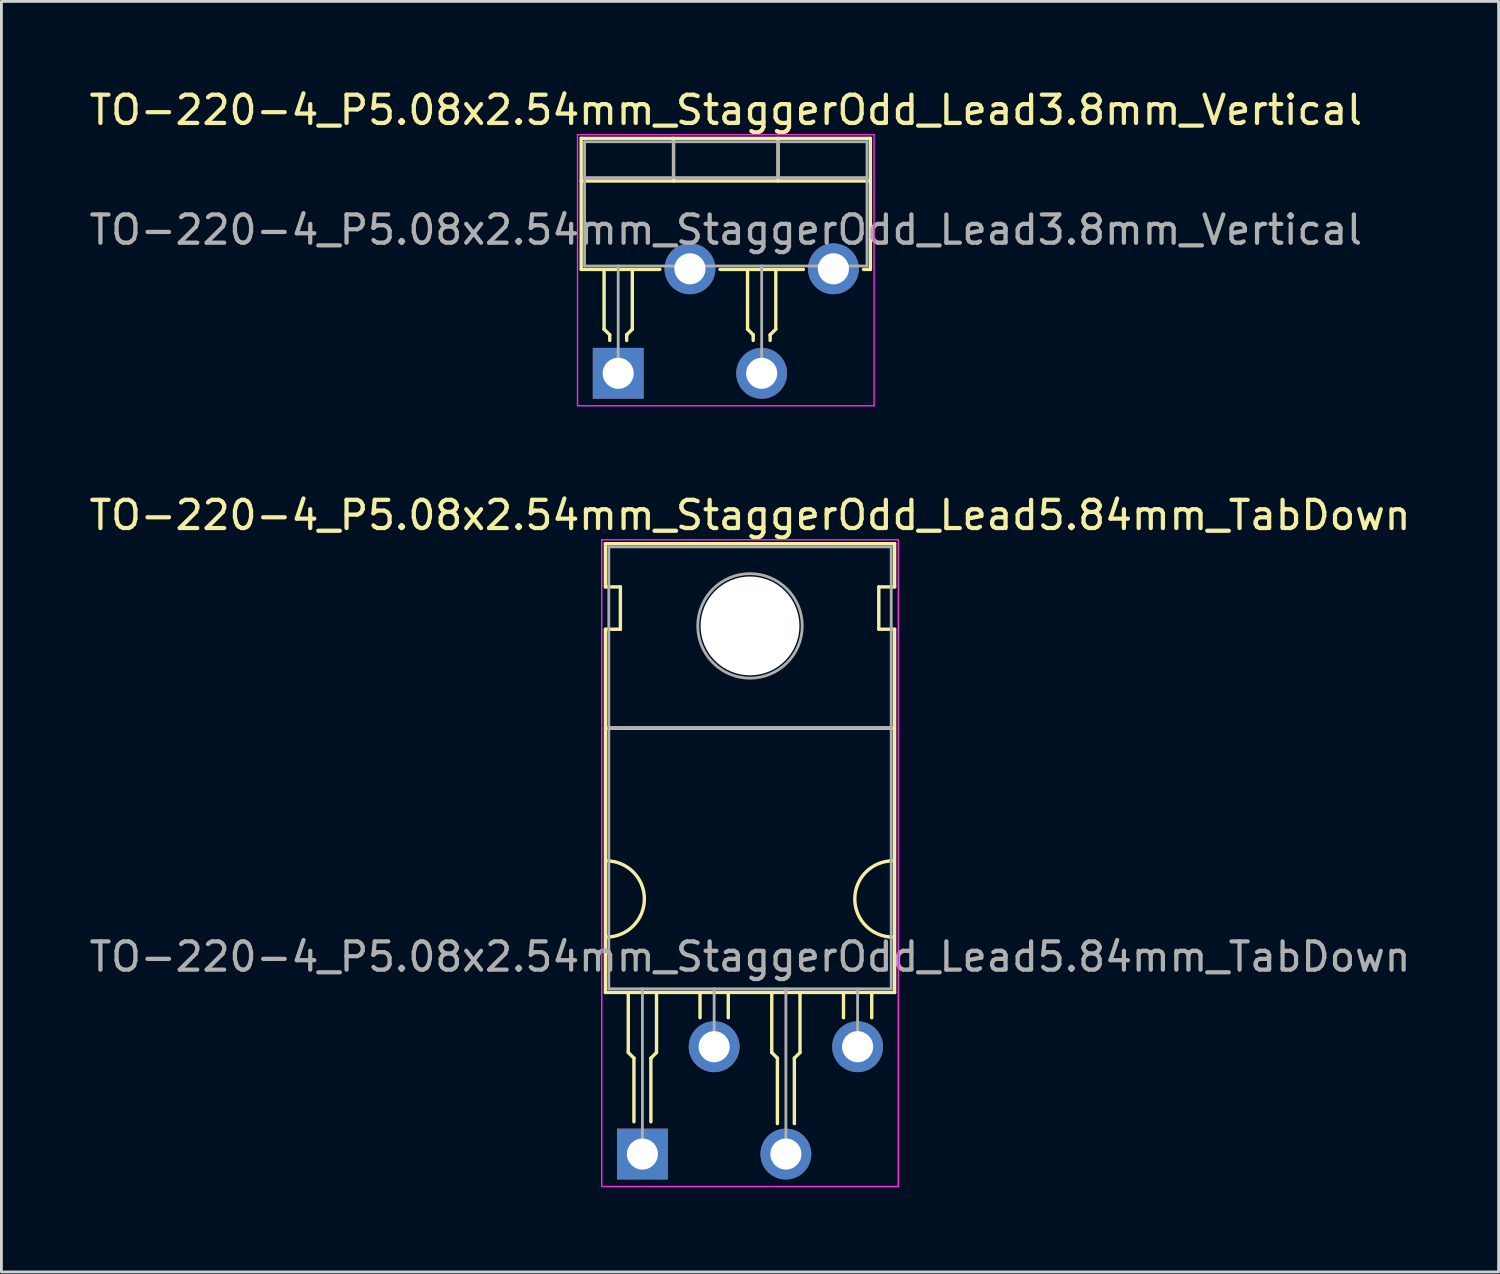
<source format=kicad_pcb>
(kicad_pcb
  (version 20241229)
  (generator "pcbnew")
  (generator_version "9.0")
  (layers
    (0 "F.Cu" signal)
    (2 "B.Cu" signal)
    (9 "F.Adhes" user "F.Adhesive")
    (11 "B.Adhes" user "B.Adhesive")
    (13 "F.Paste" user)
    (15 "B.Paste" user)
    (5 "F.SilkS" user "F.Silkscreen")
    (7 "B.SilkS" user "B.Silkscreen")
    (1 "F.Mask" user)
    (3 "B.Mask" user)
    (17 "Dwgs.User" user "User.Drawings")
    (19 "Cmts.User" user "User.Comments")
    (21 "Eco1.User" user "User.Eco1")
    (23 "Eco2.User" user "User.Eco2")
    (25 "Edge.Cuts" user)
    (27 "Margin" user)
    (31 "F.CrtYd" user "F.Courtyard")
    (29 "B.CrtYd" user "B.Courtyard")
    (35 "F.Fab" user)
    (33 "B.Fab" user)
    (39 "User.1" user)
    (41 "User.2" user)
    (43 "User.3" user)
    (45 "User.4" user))
  (footprint "TO-220-4_P5.08x2.54mm_StaggerOdd_Lead3.8mm_Vertical"
    (layer "F.Cu")
    (at 18.839 10.168)
    (property "Reference" "TO-220-4_P5.08x2.54mm_StaggerOdd_Lead3.8mm_Vertical" (at 3.81 -9.32 0) (layer "F.SilkS") (effects (font (size 1 1) (thickness 0.15))))
    (attr through_hole)
    (fp_line (start -1.31 -8.32) (end -1.31 -3.679) (stroke (width 0.12) (type solid)) (layer "F.SilkS"))
    (fp_line (start -1.31 -8.32) (end 8.93 -8.32) (stroke (width 0.12) (type solid)) (layer "F.SilkS"))
    (fp_line (start -1.31 -6.811) (end 8.93 -6.811) (stroke (width 0.12) (type solid)) (layer "F.SilkS"))
    (fp_line (start -1.31 -3.679) (end 1.475 -3.679) (stroke (width 0.12) (type solid)) (layer "F.SilkS"))
    (fp_line (start -0.5 -3.663) (end -0.5 -1.563) (stroke (width 0.12) (type solid)) (layer "F.SilkS"))
    (fp_line (start -0.5 -1.563) (end -0.3 -1.363) (stroke (width 0.12) (type solid)) (layer "F.SilkS"))
    (fp_line (start -0.3 -1.363) (end -0.3 -1.163) (stroke (width 0.12) (type solid)) (layer "F.SilkS"))
    (fp_line (start 0.3 -1.363) (end 0.3 -1.163) (stroke (width 0.12) (type solid)) (layer "F.SilkS"))
    (fp_line (start 0.5 -3.663) (end 0.5 -1.563) (stroke (width 0.12) (type solid)) (layer "F.SilkS"))
    (fp_line (start 0.5 -1.563) (end 0.3 -1.363) (stroke (width 0.12) (type solid)) (layer "F.SilkS"))
    (fp_line (start 1.96 -8.32) (end 1.96 -6.811) (stroke (width 0.12) (type solid)) (layer "F.SilkS"))
    (fp_line (start 3.605 -3.679) (end 6.556 -3.679) (stroke (width 0.12) (type solid)) (layer "F.SilkS"))
    (fp_line (start 4.58 -3.663) (end 4.58 -1.563) (stroke (width 0.12) (type solid)) (layer "F.SilkS"))
    (fp_line (start 4.58 -1.563) (end 4.78 -1.363) (stroke (width 0.12) (type solid)) (layer "F.SilkS"))
    (fp_line (start 4.78 -1.363) (end 4.78 -1.163) (stroke (width 0.12) (type solid)) (layer "F.SilkS"))
    (fp_line (start 5.38 -1.363) (end 5.38 -1.163) (stroke (width 0.12) (type solid)) (layer "F.SilkS"))
    (fp_line (start 5.58 -3.663) (end 5.58 -1.563) (stroke (width 0.12) (type solid)) (layer "F.SilkS"))
    (fp_line (start 5.58 -1.563) (end 5.38 -1.363) (stroke (width 0.12) (type solid)) (layer "F.SilkS"))
    (fp_line (start 5.66 -8.32) (end 5.66 -6.811) (stroke (width 0.12) (type solid)) (layer "F.SilkS"))
    (fp_line (start 8.685 -3.679) (end 8.93 -3.679) (stroke (width 0.12) (type solid)) (layer "F.SilkS"))
    (fp_line (start 8.93 -8.32) (end 8.93 -3.679) (stroke (width 0.12) (type solid)) (layer "F.SilkS"))
    (fp_line (start -1.44 -8.45) (end -1.44 1.15) (stroke (width 0.05) (type solid)) (layer "F.CrtYd"))
    (fp_line (start -1.44 1.15) (end 9.06 1.15) (stroke (width 0.05) (type solid)) (layer "F.CrtYd"))
    (fp_line (start 9.06 -8.45) (end -1.44 -8.45) (stroke (width 0.05) (type solid)) (layer "F.CrtYd"))
    (fp_line (start 9.06 1.15) (end 9.06 -8.45) (stroke (width 0.05) (type solid)) (layer "F.CrtYd"))
    (fp_line (start -1.19 -8.2) (end -1.19 -3.8) (stroke (width 0.1) (type solid)) (layer "F.Fab"))
    (fp_line (start -1.19 -6.93) (end 8.81 -6.93) (stroke (width 0.1) (type solid)) (layer "F.Fab"))
    (fp_line (start -1.19 -3.8) (end 8.81 -3.8) (stroke (width 0.1) (type solid)) (layer "F.Fab"))
    (fp_line (start 0 -3.8) (end 0 0) (stroke (width 0.1) (type solid)) (layer "F.Fab"))
    (fp_line (start 1.96 -8.2) (end 1.96 -6.93) (stroke (width 0.1) (type solid)) (layer "F.Fab"))
    (fp_line (start 2.54 -3.8) (end 2.54 -3.7) (stroke (width 0.1) (type solid)) (layer "F.Fab"))
    (fp_line (start 5.08 -3.8) (end 5.08 0) (stroke (width 0.1) (type solid)) (layer "F.Fab"))
    (fp_line (start 5.66 -8.2) (end 5.66 -6.93) (stroke (width 0.1) (type solid)) (layer "F.Fab"))
    (fp_line (start 7.62 -3.8) (end 7.62 -3.7) (stroke (width 0.1) (type solid)) (layer "F.Fab"))
    (fp_line (start 8.81 -8.2) (end -1.19 -8.2) (stroke (width 0.1) (type solid)) (layer "F.Fab"))
    (fp_line (start 8.81 -3.8) (end 8.81 -8.2) (stroke (width 0.1) (type solid)) (layer "F.Fab"))
    (fp_text user "${REFERENCE}" (at 3.81 -5.08 0) (layer "F.Fab") (effects (font (size 1 1) (thickness 0.15))))
    (pad "1" thru_hole rect (at 0 0) (size 1.8 1.8) (drill 1.1) (layers "*.Cu" "*.Mask"))
    (pad "2" thru_hole oval (at 2.54 -3.7) (size 1.8 1.8) (drill 1.1) (layers "*.Cu" "*.Mask"))
    (pad "3" thru_hole oval (at 5.08 0) (size 1.8 1.8) (drill 1.1) (layers "*.Cu" "*.Mask"))
    (pad "4" thru_hole oval (at 7.62 -3.7) (size 1.8 1.8) (drill 1.1) (layers "*.Cu" "*.Mask")))
  (footprint "TO-220-4_P5.08x2.54mm_StaggerOdd_Lead5.84mm_TabDown"
    (layer "F.Cu")
    (at 19.696 37.812)
    (property "Reference" "TO-220-4_P5.08x2.54mm_StaggerOdd_Lead5.84mm_TabDown" (at 3.81 -22.62 0) (layer "F.SilkS") (effects (font (size 1 1) (thickness 0.15))))
    (attr through_hole)
    (fp_line (start -1.31 -21.612) (end -1.31 -20.082) (stroke (width 0.12) (type solid)) (layer "F.SilkS"))
    (fp_line (start -1.31 -21.612) (end 8.93 -21.612) (stroke (width 0.12) (type solid)) (layer "F.SilkS"))
    (fp_line (start -1.31 -20.082) (end -0.78 -20.082) (stroke (width 0.12) (type solid)) (layer "F.SilkS"))
    (fp_line (start -1.31 -18.582) (end -1.31 -5.722) (stroke (width 0.12) (type solid)) (layer "F.SilkS"))
    (fp_line (start -1.31 -5.722) (end 8.93 -5.722) (stroke (width 0.12) (type solid)) (layer "F.SilkS"))
    (fp_line (start -1.305 -15.082) (end 8.92 -15.082) (stroke (width 0.12) (type solid)) (layer "F.SilkS"))
    (fp_line (start -0.78 -20.082) (end -0.78 -18.582) (stroke (width 0.12) (type solid)) (layer "F.SilkS"))
    (fp_line (start -0.78 -18.582) (end -1.305 -18.582) (stroke (width 0.12) (type solid)) (layer "F.SilkS"))
    (fp_line (start -0.5 -5.696) (end -0.5 -3.595) (stroke (width 0.12) (type solid)) (layer "F.SilkS"))
    (fp_line (start -0.5 -3.595) (end -0.3 -3.396) (stroke (width 0.12) (type solid)) (layer "F.SilkS"))
    (fp_line (start -0.3 -3.396) (end -0.3 -1.143) (stroke (width 0.12) (type solid)) (layer "F.SilkS"))
    (fp_line (start 0.3 -3.396) (end 0.3 -1.143) (stroke (width 0.12) (type solid)) (layer "F.SilkS"))
    (fp_line (start 0.5 -5.696) (end 0.5 -3.595) (stroke (width 0.12) (type solid)) (layer "F.SilkS"))
    (fp_line (start 0.5 -3.595) (end 0.3 -3.396) (stroke (width 0.12) (type solid)) (layer "F.SilkS"))
    (fp_line (start 2.04 -5.696) (end 2.04 -4.826) (stroke (width 0.12) (type solid)) (layer "F.SilkS"))
    (fp_line (start 3.04 -5.696) (end 3.04 -4.826) (stroke (width 0.12) (type solid)) (layer "F.SilkS"))
    (fp_line (start 4.58 -5.696) (end 4.58 -3.595) (stroke (width 0.12) (type solid)) (layer "F.SilkS"))
    (fp_line (start 4.58 -3.595) (end 4.78 -3.396) (stroke (width 0.12) (type solid)) (layer "F.SilkS"))
    (fp_line (start 4.78 -3.396) (end 4.78 -1.079) (stroke (width 0.12) (type solid)) (layer "F.SilkS"))
    (fp_line (start 5.38 -3.396) (end 5.38 -1.079) (stroke (width 0.12) (type solid)) (layer "F.SilkS"))
    (fp_line (start 5.58 -5.696) (end 5.58 -3.595) (stroke (width 0.12) (type solid)) (layer "F.SilkS"))
    (fp_line (start 5.58 -3.595) (end 5.38 -3.396) (stroke (width 0.12) (type solid)) (layer "F.SilkS"))
    (fp_line (start 7.12 -5.696) (end 7.12 -4.826) (stroke (width 0.12) (type solid)) (layer "F.SilkS"))
    (fp_line (start 8.12 -5.696) (end 8.12 -4.826) (stroke (width 0.12) (type solid)) (layer "F.SilkS"))
    (fp_line (start 8.37 -20.082) (end 8.93 -20.082) (stroke (width 0.12) (type solid)) (layer "F.SilkS"))
    (fp_line (start 8.37 -18.582) (end 8.37 -20.082) (stroke (width 0.12) (type solid)) (layer "F.SilkS"))
    (fp_line (start 8.93 -21.612) (end 8.93 -20.082) (stroke (width 0.12) (type solid)) (layer "F.SilkS"))
    (fp_line (start 8.93 -18.582) (end 8.37 -18.582) (stroke (width 0.12) (type solid)) (layer "F.SilkS"))
    (fp_line (start 8.93 -18.582) (end 8.93 -5.722) (stroke (width 0.12) (type solid)) (layer "F.SilkS"))
    (fp_arc (start -1.28 -10.382) (mid 0.07 -9.032) (end -1.28 -7.682) (stroke (width 0.12) (type solid)) (layer "F.SilkS"))
    (fp_arc (start 8.87 -7.682) (mid 7.52 -9.032) (end 8.87 -10.382) (stroke (width 0.12) (type solid)) (layer "F.SilkS"))
    (fp_line (start -1.44 -21.75) (end -1.44 1.15) (stroke (width 0.05) (type solid)) (layer "F.CrtYd"))
    (fp_line (start -1.44 1.15) (end 9.06 1.15) (stroke (width 0.05) (type solid)) (layer "F.CrtYd"))
    (fp_line (start 9.06 -21.75) (end -1.44 -21.75) (stroke (width 0.05) (type solid)) (layer "F.CrtYd"))
    (fp_line (start 9.06 1.15) (end 9.06 -21.75) (stroke (width 0.05) (type solid)) (layer "F.CrtYd"))
    (fp_line (start -1.19 -21.5) (end 8.81 -21.5) (stroke (width 0.1) (type solid)) (layer "F.Fab"))
    (fp_line (start -1.19 -15.1) (end -1.19 -21.5) (stroke (width 0.1) (type solid)) (layer "F.Fab"))
    (fp_line (start -1.19 -15.1) (end 8.81 -15.1) (stroke (width 0.1) (type solid)) (layer "F.Fab"))
    (fp_line (start -1.19 -5.85) (end -1.19 -15.1) (stroke (width 0.1) (type solid)) (layer "F.Fab"))
    (fp_line (start 0 -5.85) (end 0 0) (stroke (width 0.1) (type solid)) (layer "F.Fab"))
    (fp_line (start 2.54 -5.85) (end 2.54 -3.8) (stroke (width 0.1) (type solid)) (layer "F.Fab"))
    (fp_line (start 5.08 -5.85) (end 5.08 0) (stroke (width 0.1) (type solid)) (layer "F.Fab"))
    (fp_line (start 7.62 -5.85) (end 7.62 -3.8) (stroke (width 0.1) (type solid)) (layer "F.Fab"))
    (fp_line (start 8.81 -21.5) (end 8.81 -15.1) (stroke (width 0.1) (type solid)) (layer "F.Fab"))
    (fp_line (start 8.81 -15.1) (end -1.19 -15.1) (stroke (width 0.1) (type solid)) (layer "F.Fab"))
    (fp_line (start 8.81 -15.1) (end 8.81 -5.85) (stroke (width 0.1) (type solid)) (layer "F.Fab"))
    (fp_line (start 8.81 -5.85) (end -1.19 -5.85) (stroke (width 0.1) (type solid)) (layer "F.Fab"))
    (fp_circle (center 3.81 -18.7) (end 5.66 -18.7) (stroke (width 0.1) (type solid)) (fill no) (layer "F.Fab"))
    (fp_text user "${REFERENCE}" (at 3.81 -6.985 0) (layer "F.Fab") (effects (font (size 1 1) (thickness 0.15))))
    (pad "" np_thru_hole oval (at 3.81 -18.7) (size 3.5 3.5) (drill 3.5) (layers "*.Cu" "*.Mask"))
    (pad "1" thru_hole rect (at 0 0) (size 1.8 1.8) (drill 1.1) (layers "*.Cu" "*.Mask"))
    (pad "2" thru_hole oval (at 2.54 -3.8) (size 1.8 1.8) (drill 1.1) (layers "*.Cu" "*.Mask"))
    (pad "3" thru_hole oval (at 5.08 0) (size 1.8 1.8) (drill 1.1) (layers "*.Cu" "*.Mask"))
    (pad "4" thru_hole oval (at 7.62 -3.8) (size 1.8 1.8) (drill 1.1) (layers "*.Cu" "*.Mask")))
  (gr_rect
    (start -3 -3)
    (end 50.012 41.986)
    (stroke (width 0.1) (type default))
    (fill no)
    (layer "Edge.Cuts")))
</source>
